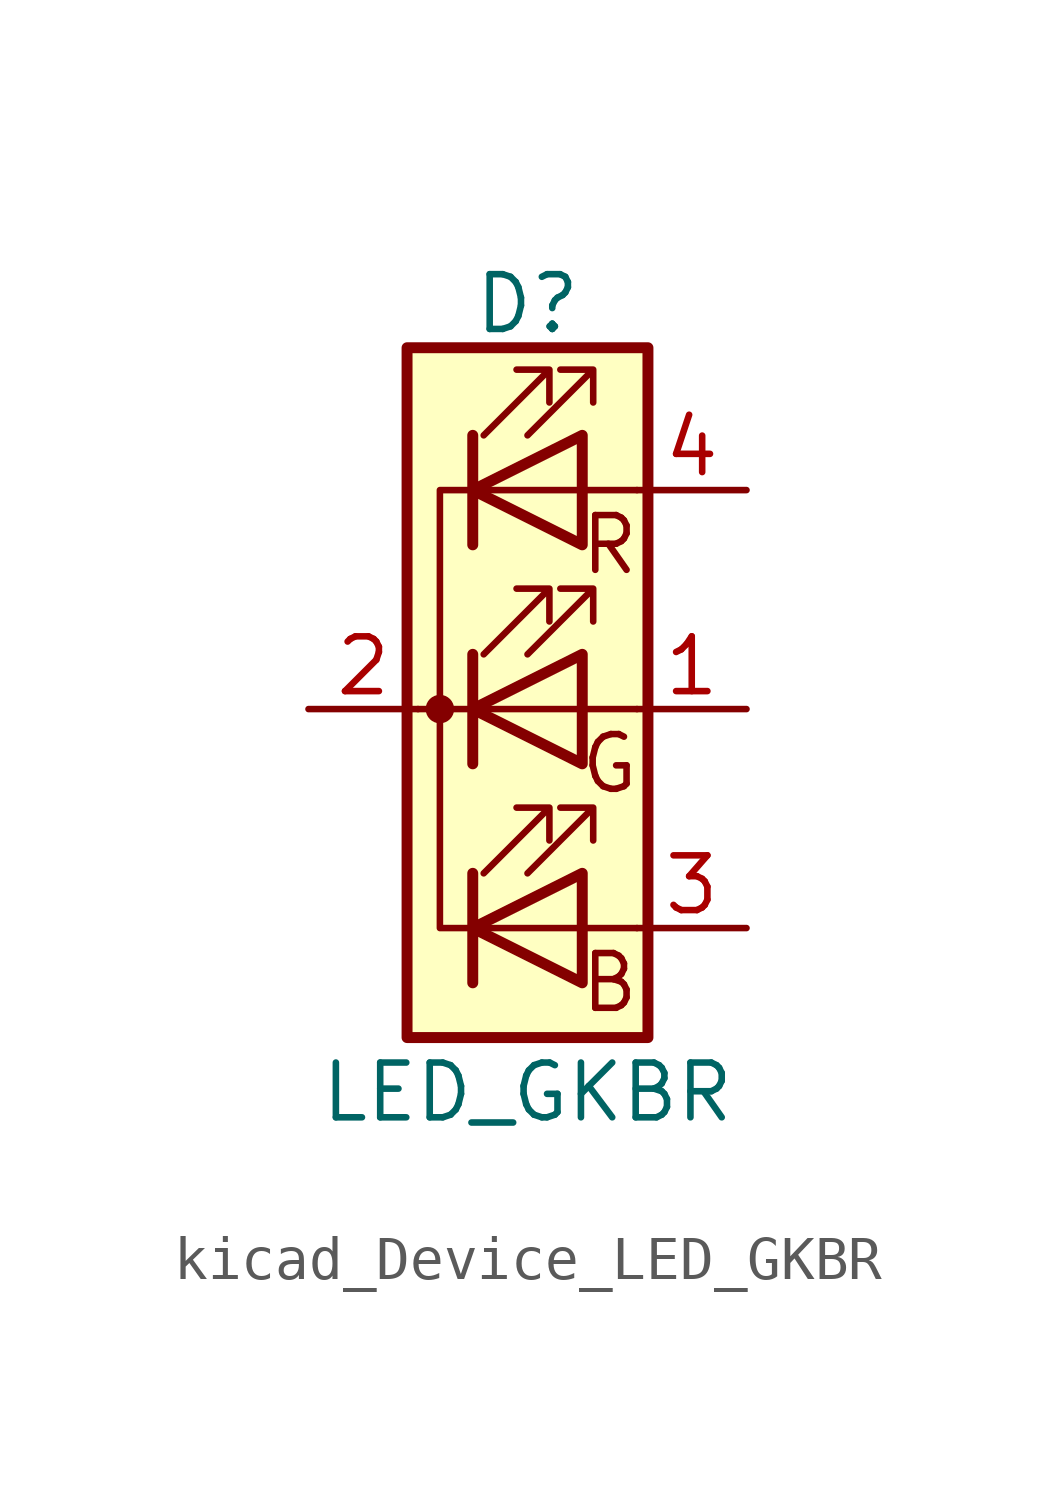
<source format=kicad_sym>
(kicad_symbol_lib
  (version 20220914)
  (generator kicad_symbol_editor)
  (symbol "kicad_Device_LED_GKBR"
    (pin_names
      (offset 0) hide)
    (property "Reference" "D"
      (at 0 9.398 0)
      (effects (font (size 1.27 1.27))))
    (property "Value" "LED_GKBR"
      (at 0 -8.89 0)
      (effects (font (size 1.27 1.27))))
    (symbol "kicad_Device_LED_GKBR_0_0"
      (text "B" (at 1.905 -6.35 0) (effects (font (size 1.27 1.27))))
      (text "G" (at 1.905 -1.27 0) (effects (font (size 1.27 1.27))))
      (text "R" (at 1.905 3.81 0) (effects (font (size 1.27 1.27)))))
    (symbol "kicad_Device_LED_GKBR_0_1"
      (circle (center -2.032 0) (radius 0.254) (stroke (width 0) (type default)) (fill (type outline)))
      (polyline (pts (xy -1.27 -5.08) (xy 1.27 -5.08)) (stroke (width 0) (type default)) (fill (type none)))
      (polyline (pts (xy -1.27 -3.81) (xy -1.27 -6.35)) (stroke (width 0.254) (type default)) (fill (type none)))
      (polyline (pts (xy -1.27 0) (xy -2.54 0)) (stroke (width 0) (type default)) (fill (type none)))
      (polyline (pts (xy -1.27 1.27) (xy -1.27 -1.27)) (stroke (width 0.254) (type default)) (fill (type none)))
      (polyline (pts (xy -1.27 5.08) (xy 1.27 5.08)) (stroke (width 0) (type default)) (fill (type none)))
      (polyline (pts (xy -1.27 6.35) (xy -1.27 3.81)) (stroke (width 0.254) (type default)) (fill (type none)))
      (polyline (pts (xy 1.27 -5.08) (xy 2.54 -5.08)) (stroke (width 0) (type default)) (fill (type none)))
      (polyline (pts (xy 1.27 0) (xy -1.27 0)) (stroke (width 0) (type default)) (fill (type none)))
      (polyline (pts (xy 1.27 0) (xy 2.54 0)) (stroke (width 0) (type default)) (fill (type none)))
      (polyline (pts (xy 1.27 5.08) (xy 2.54 5.08)) (stroke (width 0) (type default)) (fill (type none)))
      (polyline (pts (xy -1.27 1.27) (xy -1.27 -1.27) (xy -1.27 -1.27)) (stroke (width 0) (type default)) (fill (type none)))
      (polyline (pts (xy -1.27 6.35) (xy -1.27 3.81) (xy -1.27 3.81)) (stroke (width 0) (type default)) (fill (type none)))
      (polyline (pts (xy -1.27 5.08) (xy -2.032 5.08) (xy -2.032 -5.08) (xy -1.016 -5.08)) (stroke (width 0) (type default)) (fill (type none)))
      (polyline (pts (xy 1.27 -3.81) (xy 1.27 -6.35) (xy -1.27 -5.08) (xy 1.27 -3.81)) (stroke (width 0.254) (type default)) (fill (type none)))
      (polyline (pts (xy 1.27 1.27) (xy 1.27 -1.27) (xy -1.27 0) (xy 1.27 1.27)) (stroke (width 0.254) (type default)) (fill (type none)))
      (polyline (pts (xy 1.27 6.35) (xy 1.27 3.81) (xy -1.27 5.08) (xy 1.27 6.35)) (stroke (width 0.254) (type default)) (fill (type none)))
      (polyline (pts (xy -1.016 -3.81) (xy 0.508 -2.286) (xy -0.254 -2.286) (xy 0.508 -2.286) (xy 0.508 -3.048)) (stroke (width 0) (type default)) (fill (type none)))
      (polyline (pts (xy -1.016 1.27) (xy 0.508 2.794) (xy -0.254 2.794) (xy 0.508 2.794) (xy 0.508 2.032)) (stroke (width 0) (type default)) (fill (type none)))
      (polyline (pts (xy -1.016 6.35) (xy 0.508 7.874) (xy -0.254 7.874) (xy 0.508 7.874) (xy 0.508 7.112)) (stroke (width 0) (type default)) (fill (type none)))
      (polyline (pts (xy 0 -3.81) (xy 1.524 -2.286) (xy 0.762 -2.286) (xy 1.524 -2.286) (xy 1.524 -3.048)) (stroke (width 0) (type default)) (fill (type none)))
      (polyline (pts (xy 0 1.27) (xy 1.524 2.794) (xy 0.762 2.794) (xy 1.524 2.794) (xy 1.524 2.032)) (stroke (width 0) (type default)) (fill (type none)))
      (polyline (pts (xy 0 6.35) (xy 1.524 7.874) (xy 0.762 7.874) (xy 1.524 7.874) (xy 1.524 7.112)) (stroke (width 0) (type default)) (fill (type none)))
      (rectangle (start 1.27 -1.27) (end 1.27 1.27) (stroke (width 0) (type default)) (fill (type none)))
      (rectangle (start 1.27 1.27) (end 1.27 1.27) (stroke (width 0) (type default)) (fill (type none)))
      (rectangle (start 1.27 3.81) (end 1.27 6.35) (stroke (width 0) (type default)) (fill (type none)))
      (rectangle (start 1.27 6.35) (end 1.27 6.35) (stroke (width 0) (type default)) (fill (type none)))
      (rectangle (start 2.794 8.382) (end -2.794 -7.62) (stroke (width 0.254) (type default)) (fill (type background))))
    (symbol "kicad_Device_LED_GKBR_1_1"
      (pin passive line (at 5.08 0 180) (length 2.54) (name "GA" (effects (font (size 1.27 1.27)))) (number "1" (effects (font (size 1.27 1.27)))))
      (pin passive line (at -5.08 0 0) (length 2.54) (name "K" (effects (font (size 1.27 1.27)))) (number "2" (effects (font (size 1.27 1.27)))))
      (pin passive line (at 5.08 -5.08 180) (length 2.54) (name "BA" (effects (font (size 1.27 1.27)))) (number "3" (effects (font (size 1.27 1.27)))))
      (pin passive line (at 5.08 5.08 180) (length 2.54) (name "RA" (effects (font (size 1.27 1.27)))) (number "4" (effects (font (size 1.27 1.27))))))))
</source>
